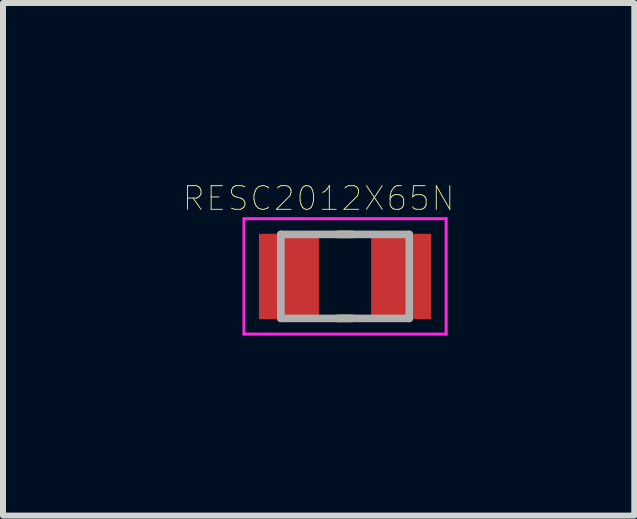
<source format=kicad_pcb>
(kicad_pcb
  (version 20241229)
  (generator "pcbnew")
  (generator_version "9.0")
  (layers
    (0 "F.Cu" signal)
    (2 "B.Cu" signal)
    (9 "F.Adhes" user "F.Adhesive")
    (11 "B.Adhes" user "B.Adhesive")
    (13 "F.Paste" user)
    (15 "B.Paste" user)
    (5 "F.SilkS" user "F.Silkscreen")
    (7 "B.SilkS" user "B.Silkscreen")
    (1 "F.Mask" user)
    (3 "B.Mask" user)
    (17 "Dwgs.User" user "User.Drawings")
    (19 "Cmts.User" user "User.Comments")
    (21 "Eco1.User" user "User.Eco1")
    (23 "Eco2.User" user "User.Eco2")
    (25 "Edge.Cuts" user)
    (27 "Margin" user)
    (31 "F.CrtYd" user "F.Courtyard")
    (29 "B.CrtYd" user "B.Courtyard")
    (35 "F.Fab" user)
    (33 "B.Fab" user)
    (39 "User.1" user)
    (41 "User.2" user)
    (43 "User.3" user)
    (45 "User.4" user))
  (footprint "RESC2012X65N"
    (layer "F.Cu")
    (at 2.701 1.557)
    (property "Reference" "RESC2012X65N" (at -0.44 -1.3 0) (layer "F.SilkS") (effects (font (size 0.394 0.394) (thickness 0.015))))
    (attr through_hole)
    (fp_line (start -0.12 -0.7) (end 0.12 -0.7) (stroke (width 0.127) (type solid)) (layer "F.SilkS"))
    (fp_line (start -0.12 0.7) (end 0.12 0.7) (stroke (width 0.127) (type solid)) (layer "F.SilkS"))
    (fp_line (start -1.685 -0.962) (end 1.685 -0.962) (stroke (width 0.05) (type solid)) (layer "F.CrtYd"))
    (fp_line (start -1.685 0.962) (end -1.685 -0.962) (stroke (width 0.05) (type solid)) (layer "F.CrtYd"))
    (fp_line (start -1.685 0.962) (end 1.685 0.962) (stroke (width 0.05) (type solid)) (layer "F.CrtYd"))
    (fp_line (start 1.685 0.962) (end 1.685 -0.962) (stroke (width 0.05) (type solid)) (layer "F.CrtYd"))
    (fp_line (start -1.07 0.7) (end -1.07 -0.7) (stroke (width 0.127) (type solid)) (layer "F.Fab"))
    (fp_line (start 1.07 -0.7) (end -1.07 -0.7) (stroke (width 0.127) (type solid)) (layer "F.Fab"))
    (fp_line (start 1.07 0.7) (end -1.07 0.7) (stroke (width 0.127) (type solid)) (layer "F.Fab"))
    (fp_line (start 1.07 0.7) (end 1.07 -0.7) (stroke (width 0.127) (type solid)) (layer "F.Fab"))
    (pad "1" smd rect (at -0.935 0) (size 1 1.42) (layers "F.Cu" "F.Mask" "F.Paste"))
    (pad "2" smd rect (at 0.935 0) (size 1 1.42) (layers "F.Cu" "F.Mask" "F.Paste")))
  (gr_rect
    (start -3 -3)
    (end 7.522 5.544)
    (stroke (width 0.1) (type default))
    (fill no)
    (layer "Edge.Cuts")))
</source>
